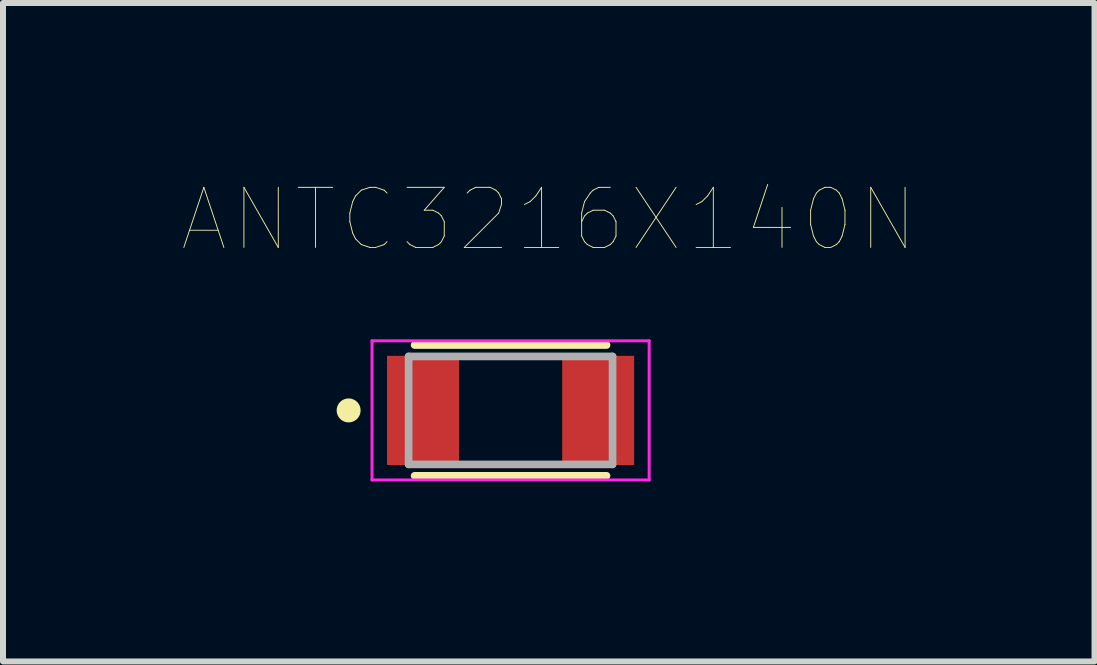
<source format=kicad_pcb>
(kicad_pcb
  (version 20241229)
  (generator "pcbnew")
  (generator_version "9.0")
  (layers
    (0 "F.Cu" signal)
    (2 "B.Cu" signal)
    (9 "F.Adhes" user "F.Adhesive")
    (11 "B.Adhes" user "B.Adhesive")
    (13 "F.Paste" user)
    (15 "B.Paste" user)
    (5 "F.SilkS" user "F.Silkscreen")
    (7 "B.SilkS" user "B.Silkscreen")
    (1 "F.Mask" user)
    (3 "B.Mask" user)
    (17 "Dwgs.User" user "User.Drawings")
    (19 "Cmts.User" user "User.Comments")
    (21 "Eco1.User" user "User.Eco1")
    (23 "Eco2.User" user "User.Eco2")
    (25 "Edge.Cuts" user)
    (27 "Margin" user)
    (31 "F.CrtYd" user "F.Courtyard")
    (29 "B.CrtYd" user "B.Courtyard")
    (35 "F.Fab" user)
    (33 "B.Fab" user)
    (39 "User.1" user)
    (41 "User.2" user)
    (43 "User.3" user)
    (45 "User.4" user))
  (footprint "ANTC3216X140N"
    (layer "F.Cu")
    (at 5.462 3.792)
    (property "Reference" "ANTC3216X140N" (at 0.636 -3.18 0) (layer "F.SilkS") (effects (font (size 1.002 1.002) (thickness 0.015))))
    (attr through_hole)
    (fp_line (start -1.6 -1.09) (end 1.6 -1.09) (stroke (width 0.127) (type solid)) (layer "F.SilkS"))
    (fp_line (start -1.6 1.09) (end 1.6 1.09) (stroke (width 0.127) (type solid)) (layer "F.SilkS"))
    (fp_circle (center -2.7 0) (end -2.6 0) (stroke (width 0.2) (type solid)) (fill no) (layer "F.SilkS"))
    (fp_line (start -2.31 -1.16) (end 2.31 -1.16) (stroke (width 0.05) (type solid)) (layer "F.CrtYd"))
    (fp_line (start -2.31 1.16) (end -2.31 -1.16) (stroke (width 0.05) (type solid)) (layer "F.CrtYd"))
    (fp_line (start 2.31 -1.16) (end 2.31 1.16) (stroke (width 0.05) (type solid)) (layer "F.CrtYd"))
    (fp_line (start 2.31 1.16) (end -2.31 1.16) (stroke (width 0.05) (type solid)) (layer "F.CrtYd"))
    (fp_line (start -1.7 -0.9) (end 1.7 -0.9) (stroke (width 0.127) (type solid)) (layer "F.Fab"))
    (fp_line (start -1.7 0.9) (end -1.7 -0.9) (stroke (width 0.127) (type solid)) (layer "F.Fab"))
    (fp_line (start 1.7 -0.9) (end 1.7 0.9) (stroke (width 0.127) (type solid)) (layer "F.Fab"))
    (fp_line (start 1.7 0.9) (end -1.7 0.9) (stroke (width 0.127) (type solid)) (layer "F.Fab"))
    (pad "1" smd rect (at -1.46 0) (size 1.2 1.82) (layers "F.Cu" "F.Mask" "F.Paste"))
    (pad "2" smd rect (at 1.46 0) (size 1.2 1.82) (layers "F.Cu" "F.Mask" "F.Paste")))
  (gr_rect
    (start -3 -3)
    (end 15.197 7.977)
    (stroke (width 0.1) (type default))
    (fill no)
    (layer "Edge.Cuts")))
</source>
